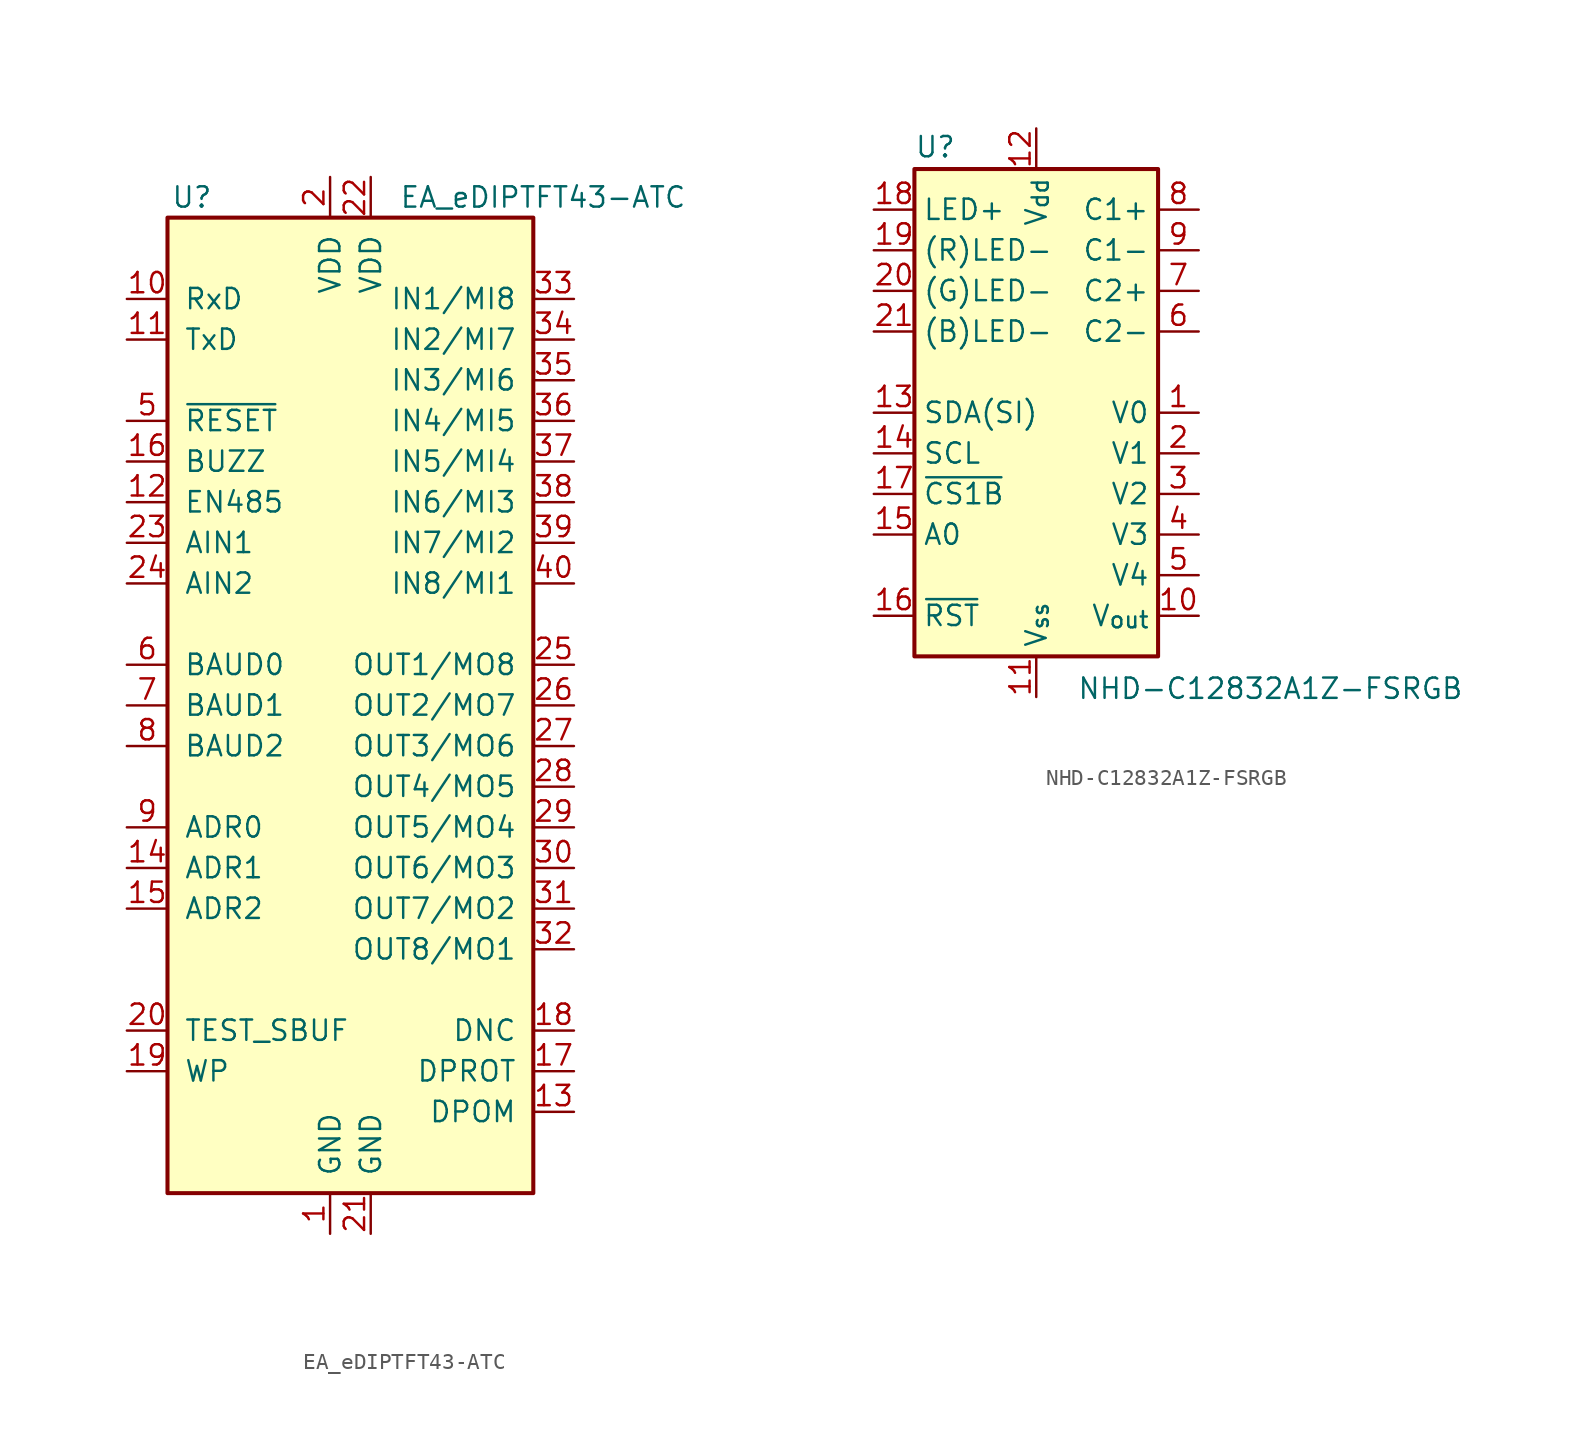
<source format=kicad_sym>
(kicad_symbol_lib
  (version 20211014)
  (generator kicad_symbol_editor)
  (symbol "EA_eDIPTFT43-ATC"
    (pin_names
      (offset 1.016))
    (property "Reference" "U"
      (at -11.176 31.75 0)
      (effects (font (size 1.27 1.27))))
    (property "Value" "EA_eDIPTFT43-ATC"
      (at 1.778 31.75 0)
      (effects (font (size 1.27 1.27)) (justify left)))
    (symbol "EA_eDIPTFT43-ATC_0_1"
      (rectangle (start -12.7 30.48) (end 10.16 -30.48) (stroke (width 0.254) (type default) (color 0 0 0 0)) (fill (type background))))
    (symbol "EA_eDIPTFT43-ATC_1_1"
      (pin power_in line (at -2.54 -33.02 90) (length 2.54) (name "GND" (effects (font (size 1.27 1.27)))) (number "1" (effects (font (size 1.27 1.27)))))
      (pin input line (at -15.24 25.4 0) (length 2.54) (name "RxD" (effects (font (size 1.27 1.27)))) (number "10" (effects (font (size 1.27 1.27)))))
      (pin output line (at -15.24 22.86 0) (length 2.54) (name "TxD" (effects (font (size 1.27 1.27)))) (number "11" (effects (font (size 1.27 1.27)))))
      (pin output line (at -15.24 12.7 0) (length 2.54) (name "EN485" (effects (font (size 1.27 1.27)))) (number "12" (effects (font (size 1.27 1.27)))))
      (pin input line (at 12.7 -25.4 180) (length 2.54) (name "DPOM" (effects (font (size 1.27 1.27)))) (number "13" (effects (font (size 1.27 1.27)))))
      (pin input line (at -15.24 -10.16 0) (length 2.54) (name "ADR1" (effects (font (size 1.27 1.27)))) (number "14" (effects (font (size 1.27 1.27)))))
      (pin input line (at -15.24 -12.7 0) (length 2.54) (name "ADR2" (effects (font (size 1.27 1.27)))) (number "15" (effects (font (size 1.27 1.27)))))
      (pin output line (at -15.24 15.24 0) (length 2.54) (name "BUZZ" (effects (font (size 1.27 1.27)))) (number "16" (effects (font (size 1.27 1.27)))))
      (pin input line (at 12.7 -22.86 180) (length 2.54) (name "DPROT" (effects (font (size 1.27 1.27)))) (number "17" (effects (font (size 1.27 1.27)))))
      (pin output line (at 12.7 -20.32 180) (length 2.54) (name "DNC" (effects (font (size 1.27 1.27)))) (number "18" (effects (font (size 1.27 1.27)))))
      (pin input line (at -15.24 -22.86 0) (length 2.54) (name "WP" (effects (font (size 1.27 1.27)))) (number "19" (effects (font (size 1.27 1.27)))))
      (pin power_in line (at -2.54 33.02 270) (length 2.54) (name "VDD" (effects (font (size 1.27 1.27)))) (number "2" (effects (font (size 1.27 1.27)))))
      (pin bidirectional line (at -15.24 -20.32 0) (length 2.54) (name "TEST_SBUF" (effects (font (size 1.27 1.27)))) (number "20" (effects (font (size 1.27 1.27)))))
      (pin power_in line (at 0 -33.02 90) (length 2.54) (name "GND" (effects (font (size 1.27 1.27)))) (number "21" (effects (font (size 1.27 1.27)))))
      (pin power_in line (at 0 33.02 270) (length 2.54) (name "VDD" (effects (font (size 1.27 1.27)))) (number "22" (effects (font (size 1.27 1.27)))))
      (pin input line (at -15.24 10.16 0) (length 2.54) (name "AIN1" (effects (font (size 1.27 1.27)))) (number "23" (effects (font (size 1.27 1.27)))))
      (pin input line (at -15.24 7.62 0) (length 2.54) (name "AIN2" (effects (font (size 1.27 1.27)))) (number "24" (effects (font (size 1.27 1.27)))))
      (pin output line (at 12.7 2.54 180) (length 2.54) (name "OUT1/MO8" (effects (font (size 1.27 1.27)))) (number "25" (effects (font (size 1.27 1.27)))))
      (pin output line (at 12.7 0 180) (length 2.54) (name "OUT2/MO7" (effects (font (size 1.27 1.27)))) (number "26" (effects (font (size 1.27 1.27)))))
      (pin output line (at 12.7 -2.54 180) (length 2.54) (name "OUT3/MO6" (effects (font (size 1.27 1.27)))) (number "27" (effects (font (size 1.27 1.27)))))
      (pin output line (at 12.7 -5.08 180) (length 2.54) (name "OUT4/MO5" (effects (font (size 1.27 1.27)))) (number "28" (effects (font (size 1.27 1.27)))))
      (pin output line (at 12.7 -7.62 180) (length 2.54) (name "OUT5/MO4" (effects (font (size 1.27 1.27)))) (number "29" (effects (font (size 1.27 1.27)))))
      (pin no_connect line (at 12.7 -27.94 180) (length 2.54) hide (name "NC" (effects (font (size 1.27 1.27)))) (number "3" (effects (font (size 1.27 1.27)))))
      (pin output line (at 12.7 -10.16 180) (length 2.54) (name "OUT6/MO3" (effects (font (size 1.27 1.27)))) (number "30" (effects (font (size 1.27 1.27)))))
      (pin output line (at 12.7 -12.7 180) (length 2.54) (name "OUT7/MO2" (effects (font (size 1.27 1.27)))) (number "31" (effects (font (size 1.27 1.27)))))
      (pin output line (at 12.7 -15.24 180) (length 2.54) (name "OUT8/MO1" (effects (font (size 1.27 1.27)))) (number "32" (effects (font (size 1.27 1.27)))))
      (pin input line (at 12.7 25.4 180) (length 2.54) (name "IN1/MI8" (effects (font (size 1.27 1.27)))) (number "33" (effects (font (size 1.27 1.27)))))
      (pin input line (at 12.7 22.86 180) (length 2.54) (name "IN2/MI7" (effects (font (size 1.27 1.27)))) (number "34" (effects (font (size 1.27 1.27)))))
      (pin input line (at 12.7 20.32 180) (length 2.54) (name "IN3/MI6" (effects (font (size 1.27 1.27)))) (number "35" (effects (font (size 1.27 1.27)))))
      (pin input line (at 12.7 17.78 180) (length 2.54) (name "IN4/MI5" (effects (font (size 1.27 1.27)))) (number "36" (effects (font (size 1.27 1.27)))))
      (pin input line (at 12.7 15.24 180) (length 2.54) (name "IN5/MI4" (effects (font (size 1.27 1.27)))) (number "37" (effects (font (size 1.27 1.27)))))
      (pin input line (at 12.7 12.7 180) (length 2.54) (name "IN6/MI3" (effects (font (size 1.27 1.27)))) (number "38" (effects (font (size 1.27 1.27)))))
      (pin input line (at 12.7 10.16 180) (length 2.54) (name "IN7/MI2" (effects (font (size 1.27 1.27)))) (number "39" (effects (font (size 1.27 1.27)))))
      (pin no_connect line (at -15.24 -27.94 0) (length 2.54) hide (name "NC" (effects (font (size 1.27 1.27)))) (number "4" (effects (font (size 1.27 1.27)))))
      (pin input line (at 12.7 7.62 180) (length 2.54) (name "IN8/MI1" (effects (font (size 1.27 1.27)))) (number "40" (effects (font (size 1.27 1.27)))))
      (pin input line (at -15.24 17.78 0) (length 2.54) (name "~{RESET}" (effects (font (size 1.27 1.27)))) (number "5" (effects (font (size 1.27 1.27)))))
      (pin input line (at -15.24 2.54 0) (length 2.54) (name "BAUD0" (effects (font (size 1.27 1.27)))) (number "6" (effects (font (size 1.27 1.27)))))
      (pin input line (at -15.24 0 0) (length 2.54) (name "BAUD1" (effects (font (size 1.27 1.27)))) (number "7" (effects (font (size 1.27 1.27)))))
      (pin input line (at -15.24 -2.54 0) (length 2.54) (name "BAUD2" (effects (font (size 1.27 1.27)))) (number "8" (effects (font (size 1.27 1.27)))))
      (pin input line (at -15.24 -7.62 0) (length 2.54) (name "ADR0" (effects (font (size 1.27 1.27)))) (number "9" (effects (font (size 1.27 1.27)))))))
  (symbol "NHD-C12832A1Z-FSRGB"
    (property "Reference" "U"
      (at -7.62 15.875 0)
      (effects (font (size 1.27 1.27)) (justify left bottom)))
    (property "Value" "NHD-C12832A1Z-FSRGB"
      (at 2.54 -16.51 0)
      (effects (font (size 1.27 1.27)) (justify left top)))
    (symbol "NHD-C12832A1Z-FSRGB_0_1"
      (rectangle (start -7.62 15.24) (end 7.62 -15.24) (stroke (width 0.254) (type default) (color 0 0 0 0)) (fill (type background))))
    (symbol "NHD-C12832A1Z-FSRGB_1_1"
      (pin passive line (at 10.16 0 180) (length 2.54) (name "V0" (effects (font (size 1.27 1.27)))) (number "1" (effects (font (size 1.27 1.27)))))
      (pin passive line (at 10.16 -12.7 180) (length 2.54) (name "V_{out}" (effects (font (size 1.27 1.27)))) (number "10" (effects (font (size 1.27 1.27)))))
      (pin power_in line (at 0 -17.78 90) (length 2.54) (name "V_{ss}" (effects (font (size 1.27 1.27)))) (number "11" (effects (font (size 1.27 1.27)))))
      (pin power_in line (at 0 17.78 270) (length 2.54) (name "V_{dd}" (effects (font (size 1.27 1.27)))) (number "12" (effects (font (size 1.27 1.27)))))
      (pin input line (at -10.16 0 0) (length 2.54) (name "SDA(SI)" (effects (font (size 1.27 1.27)))) (number "13" (effects (font (size 1.27 1.27)))))
      (pin input line (at -10.16 -2.54 0) (length 2.54) (name "SCL" (effects (font (size 1.27 1.27)))) (number "14" (effects (font (size 1.27 1.27)))))
      (pin input line (at -10.16 -7.62 0) (length 2.54) (name "A0" (effects (font (size 1.27 1.27)))) (number "15" (effects (font (size 1.27 1.27)))))
      (pin input line (at -10.16 -12.7 0) (length 2.54) (name "~{RST}" (effects (font (size 1.27 1.27)))) (number "16" (effects (font (size 1.27 1.27)))))
      (pin input line (at -10.16 -5.08 0) (length 2.54) (name "~{CS1B}" (effects (font (size 1.27 1.27)))) (number "17" (effects (font (size 1.27 1.27)))))
      (pin passive line (at -10.16 12.7 0) (length 2.54) (name "LED+" (effects (font (size 1.27 1.27)))) (number "18" (effects (font (size 1.27 1.27)))))
      (pin passive line (at -10.16 10.16 0) (length 2.54) (name "(R)LED-" (effects (font (size 1.27 1.27)))) (number "19" (effects (font (size 1.27 1.27)))))
      (pin passive line (at 10.16 -2.54 180) (length 2.54) (name "V1" (effects (font (size 1.27 1.27)))) (number "2" (effects (font (size 1.27 1.27)))))
      (pin passive line (at -10.16 7.62 0) (length 2.54) (name "(G)LED-" (effects (font (size 1.27 1.27)))) (number "20" (effects (font (size 1.27 1.27)))))
      (pin passive line (at -10.16 5.08 0) (length 2.54) (name "(B)LED-" (effects (font (size 1.27 1.27)))) (number "21" (effects (font (size 1.27 1.27)))))
      (pin passive line (at 10.16 -5.08 180) (length 2.54) (name "V2" (effects (font (size 1.27 1.27)))) (number "3" (effects (font (size 1.27 1.27)))))
      (pin passive line (at 10.16 -7.62 180) (length 2.54) (name "V3" (effects (font (size 1.27 1.27)))) (number "4" (effects (font (size 1.27 1.27)))))
      (pin passive line (at 10.16 -10.16 180) (length 2.54) (name "V4" (effects (font (size 1.27 1.27)))) (number "5" (effects (font (size 1.27 1.27)))))
      (pin passive line (at 10.16 5.08 180) (length 2.54) (name "C2-" (effects (font (size 1.27 1.27)))) (number "6" (effects (font (size 1.27 1.27)))))
      (pin passive line (at 10.16 7.62 180) (length 2.54) (name "C2+" (effects (font (size 1.27 1.27)))) (number "7" (effects (font (size 1.27 1.27)))))
      (pin passive line (at 10.16 12.7 180) (length 2.54) (name "C1+" (effects (font (size 1.27 1.27)))) (number "8" (effects (font (size 1.27 1.27)))))
      (pin passive line (at 10.16 10.16 180) (length 2.54) (name "C1-" (effects (font (size 1.27 1.27)))) (number "9" (effects (font (size 1.27 1.27))))))))
</source>
